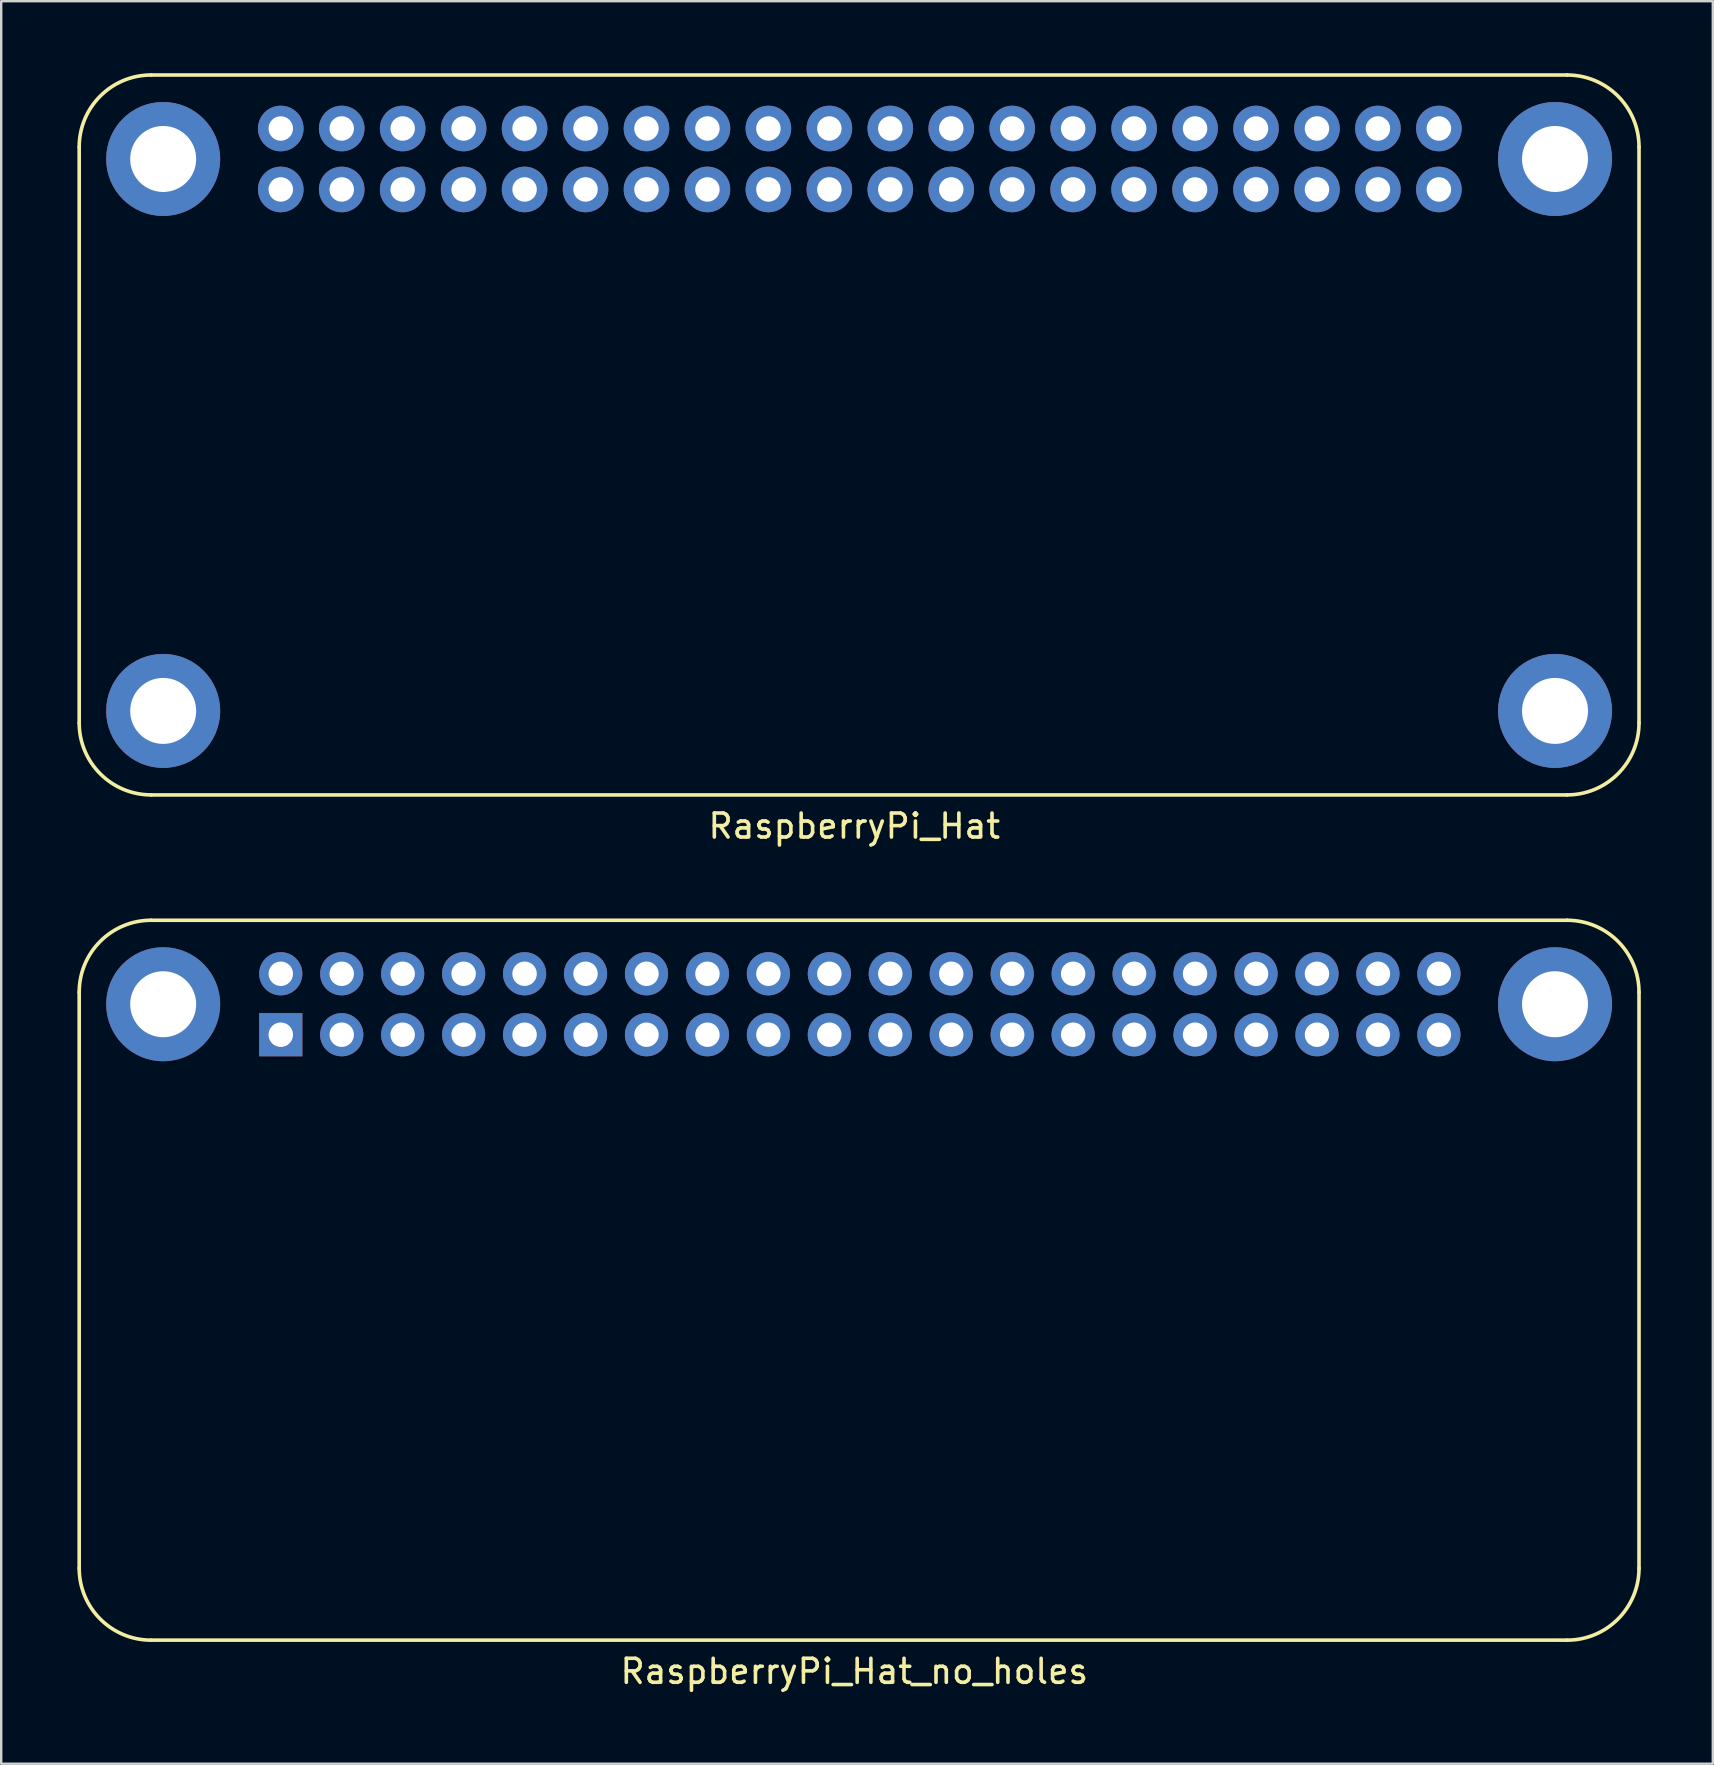
<source format=kicad_pcb>
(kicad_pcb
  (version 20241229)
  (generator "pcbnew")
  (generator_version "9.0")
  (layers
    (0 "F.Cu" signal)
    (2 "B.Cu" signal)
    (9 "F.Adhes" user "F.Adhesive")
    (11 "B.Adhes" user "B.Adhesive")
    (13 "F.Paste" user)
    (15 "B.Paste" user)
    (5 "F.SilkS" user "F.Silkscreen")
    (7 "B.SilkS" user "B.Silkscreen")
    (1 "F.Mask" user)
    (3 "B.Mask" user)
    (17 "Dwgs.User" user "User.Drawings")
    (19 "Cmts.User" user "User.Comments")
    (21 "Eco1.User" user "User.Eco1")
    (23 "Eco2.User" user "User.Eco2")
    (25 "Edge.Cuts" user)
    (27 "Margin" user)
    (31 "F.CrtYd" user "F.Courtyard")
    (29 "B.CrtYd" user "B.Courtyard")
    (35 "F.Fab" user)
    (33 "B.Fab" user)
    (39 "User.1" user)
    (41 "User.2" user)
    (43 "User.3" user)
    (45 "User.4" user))
  (footprint "RaspberryPi_Hat"
    (layer "F.Cu")
    (at 0.25 30.075)
    (property "Reference" "RaspberryPi_Hat" (at 32.3 1.3 0) (layer "F.SilkS") (effects (font (size 1 1) (thickness 0.15))))
    (attr through_hole)
    (fp_line (start 0 -27) (end 0 -3) (stroke (width 0.15) (type solid)) (layer "F.SilkS"))
    (fp_line (start 3 -30) (end 62 -30) (stroke (width 0.15) (type solid)) (layer "F.SilkS"))
    (fp_line (start 3 0) (end 62 0) (stroke (width 0.15) (type solid)) (layer "F.SilkS"))
    (fp_line (start 65 -3) (end 65 -27) (stroke (width 0.15) (type solid)) (layer "F.SilkS"))
    (fp_arc (start 0 -27) (mid 0.87868 -29.12132) (end 3 -30) (stroke (width 0.15) (type solid)) (layer "F.SilkS"))
    (fp_arc (start 3 0) (mid 0.87868 -0.87868) (end 0 -3) (stroke (width 0.15) (type solid)) (layer "F.SilkS"))
    (fp_arc (start 62 -30) (mid 64.12132 -29.12132) (end 65 -27) (stroke (width 0.15) (type solid)) (layer "F.SilkS"))
    (fp_arc (start 65 -3) (mid 64.12132 -0.87868) (end 62 0) (stroke (width 0.15) (type solid)) (layer "F.SilkS"))
    (pad "" np_thru_hole circle (at 3.5 -26.5) (size 4.75 4.75) (drill 2.75) (layers "*.Cu" "*.Mask"))
    (pad "" np_thru_hole circle (at 3.5 -3.5) (size 4.75 4.75) (drill 2.75) (layers "*.Cu" "*.Mask"))
    (pad "" np_thru_hole circle (at 61.5 -26.5) (size 4.75 4.75) (drill 2.75) (layers "*.Cu" "*.Mask"))
    (pad "" np_thru_hole circle (at 61.5 -3.5) (size 4.75 4.75) (drill 2.75) (layers "*.Cu" "*.Mask"))
    (pad "1" thru_hole circle (at 8.4 -25.23) (size 1.9 1.9) (drill 1.02) (layers "*.Cu" "*.Mask"))
    (pad "2" thru_hole circle (at 8.4 -27.77) (size 1.9 1.9) (drill 1.02) (layers "*.Cu" "*.Mask"))
    (pad "3" thru_hole circle (at 10.94 -25.23) (size 1.9 1.9) (drill 1.02) (layers "*.Cu" "*.Mask"))
    (pad "4" thru_hole circle (at 10.94 -27.77) (size 1.9 1.9) (drill 1.02) (layers "*.Cu" "*.Mask"))
    (pad "5" thru_hole circle (at 13.48 -25.23) (size 1.9 1.9) (drill 1.02) (layers "*.Cu" "*.Mask"))
    (pad "6" thru_hole circle (at 13.48 -27.77) (size 1.9 1.9) (drill 1.02) (layers "*.Cu" "*.Mask"))
    (pad "7" thru_hole circle (at 16.02 -25.23) (size 1.9 1.9) (drill 1.02) (layers "*.Cu" "*.Mask"))
    (pad "8" thru_hole circle (at 16.02 -27.77) (size 1.9 1.9) (drill 1.02) (layers "*.Cu" "*.Mask"))
    (pad "9" thru_hole circle (at 18.56 -25.23) (size 1.9 1.9) (drill 1.02) (layers "*.Cu" "*.Mask"))
    (pad "10" thru_hole circle (at 18.56 -27.77) (size 1.9 1.9) (drill 1.02) (layers "*.Cu" "*.Mask"))
    (pad "11" thru_hole circle (at 21.1 -25.23) (size 1.9 1.9) (drill 1.02) (layers "*.Cu" "*.Mask"))
    (pad "12" thru_hole circle (at 21.1 -27.77) (size 1.9 1.9) (drill 1.02) (layers "*.Cu" "*.Mask"))
    (pad "13" thru_hole circle (at 23.64 -25.23) (size 1.9 1.9) (drill 1.02) (layers "*.Cu" "*.Mask"))
    (pad "14" thru_hole circle (at 23.64 -27.77) (size 1.9 1.9) (drill 1.02) (layers "*.Cu" "*.Mask"))
    (pad "15" thru_hole circle (at 26.18 -25.23) (size 1.9 1.9) (drill 1.02) (layers "*.Cu" "*.Mask"))
    (pad "16" thru_hole circle (at 26.18 -27.77) (size 1.9 1.9) (drill 1.02) (layers "*.Cu" "*.Mask"))
    (pad "17" thru_hole circle (at 28.72 -25.23) (size 1.9 1.9) (drill 1.02) (layers "*.Cu" "*.Mask"))
    (pad "18" thru_hole circle (at 28.72 -27.77) (size 1.9 1.9) (drill 1.02) (layers "*.Cu" "*.Mask"))
    (pad "19" thru_hole circle (at 31.26 -25.23) (size 1.9 1.9) (drill 1.02) (layers "*.Cu" "*.Mask"))
    (pad "20" thru_hole circle (at 31.26 -27.77) (size 1.9 1.9) (drill 1.02) (layers "*.Cu" "*.Mask"))
    (pad "21" thru_hole circle (at 33.8 -25.23) (size 1.9 1.9) (drill 1.02) (layers "*.Cu" "*.Mask"))
    (pad "22" thru_hole circle (at 33.8 -27.77) (size 1.9 1.9) (drill 1.02) (layers "*.Cu" "*.Mask"))
    (pad "23" thru_hole circle (at 36.34 -25.23) (size 1.9 1.9) (drill 1.02) (layers "*.Cu" "*.Mask"))
    (pad "24" thru_hole circle (at 36.34 -27.77) (size 1.9 1.9) (drill 1.02) (layers "*.Cu" "*.Mask"))
    (pad "25" thru_hole circle (at 38.88 -25.23) (size 1.9 1.9) (drill 1.02) (layers "*.Cu" "*.Mask"))
    (pad "26" thru_hole circle (at 38.88 -27.77) (size 1.9 1.9) (drill 1.02) (layers "*.Cu" "*.Mask"))
    (pad "27" thru_hole circle (at 41.42 -25.23) (size 1.9 1.9) (drill 1.02) (layers "*.Cu" "*.Mask"))
    (pad "28" thru_hole circle (at 41.42 -27.77) (size 1.9 1.9) (drill 1.02) (layers "*.Cu" "*.Mask"))
    (pad "29" thru_hole circle (at 43.96 -25.23) (size 1.9 1.9) (drill 1.02) (layers "*.Cu" "*.Mask"))
    (pad "30" thru_hole circle (at 43.96 -27.77) (size 1.9 1.9) (drill 1.02) (layers "*.Cu" "*.Mask"))
    (pad "31" thru_hole circle (at 46.5 -25.23) (size 1.9 1.9) (drill 1.02) (layers "*.Cu" "*.Mask"))
    (pad "32" thru_hole circle (at 46.5 -27.77) (size 1.9 1.9) (drill 1.02) (layers "*.Cu" "*.Mask"))
    (pad "33" thru_hole circle (at 49.04 -25.23) (size 1.9 1.9) (drill 1.02) (layers "*.Cu" "*.Mask"))
    (pad "34" thru_hole circle (at 49.04 -27.77) (size 1.9 1.9) (drill 1.02) (layers "*.Cu" "*.Mask"))
    (pad "35" thru_hole circle (at 51.58 -25.23) (size 1.9 1.9) (drill 1.02) (layers "*.Cu" "*.Mask"))
    (pad "36" thru_hole circle (at 51.58 -27.77) (size 1.9 1.9) (drill 1.02) (layers "*.Cu" "*.Mask"))
    (pad "37" thru_hole circle (at 54.12 -25.23) (size 1.9 1.9) (drill 1.02) (layers "*.Cu" "*.Mask"))
    (pad "38" thru_hole circle (at 54.12 -27.77) (size 1.9 1.9) (drill 1.02) (layers "*.Cu" "*.Mask"))
    (pad "39" thru_hole circle (at 56.66 -25.23) (size 1.9 1.9) (drill 1.02) (layers "*.Cu" "*.Mask"))
    (pad "40" thru_hole circle (at 56.66 -27.77) (size 1.9 1.9) (drill 1.02) (layers "*.Cu" "*.Mask")))
  (footprint "RaspberryPi_Hat_no_holes"
    (layer "F.Cu")
    (at 0.25 65.298)
    (property "Reference" "RaspberryPi_Hat_no_holes" (at 32.3 1.3 0) (layer "F.SilkS") (effects (font (size 1 1) (thickness 0.15))))
    (attr through_hole)
    (fp_line (start 0 -27) (end 0 -3) (stroke (width 0.15) (type solid)) (layer "F.SilkS"))
    (fp_line (start 3 -30) (end 62 -30) (stroke (width 0.15) (type solid)) (layer "F.SilkS"))
    (fp_line (start 3 0) (end 62 0) (stroke (width 0.15) (type solid)) (layer "F.SilkS"))
    (fp_line (start 65 -3) (end 65 -27) (stroke (width 0.15) (type solid)) (layer "F.SilkS"))
    (fp_arc (start 0 -27) (mid 0.87868 -29.12132) (end 3 -30) (stroke (width 0.15) (type solid)) (layer "F.SilkS"))
    (fp_arc (start 3 0) (mid 0.87868 -0.87868) (end 0 -3) (stroke (width 0.15) (type solid)) (layer "F.SilkS"))
    (fp_arc (start 62 -30) (mid 64.12132 -29.12132) (end 65 -27) (stroke (width 0.15) (type solid)) (layer "F.SilkS"))
    (fp_arc (start 65 -3) (mid 64.12132 -0.87868) (end 62 0) (stroke (width 0.15) (type solid)) (layer "F.SilkS"))
    (pad "" np_thru_hole circle (at 3.5 -26.5) (size 4.75 4.75) (drill 2.75) (layers "*.Cu" "*.Mask"))
    (pad "" np_thru_hole circle (at 61.5 -26.5) (size 4.75 4.75) (drill 2.75) (layers "*.Cu" "*.Mask"))
    (pad "1" thru_hole rect (at 8.4 -25.23) (size 1.8 1.8) (drill 1.02) (layers "*.Cu" "*.Mask"))
    (pad "2" thru_hole circle (at 8.4 -27.77) (size 1.8 1.8) (drill 1.02) (layers "*.Cu" "*.Mask"))
    (pad "3" thru_hole circle (at 10.94 -25.23) (size 1.8 1.8) (drill 1.02) (layers "*.Cu" "*.Mask"))
    (pad "4" thru_hole circle (at 10.94 -27.77) (size 1.8 1.8) (drill 1.02) (layers "*.Cu" "*.Mask"))
    (pad "5" thru_hole circle (at 13.48 -25.23) (size 1.8 1.8) (drill 1.02) (layers "*.Cu" "*.Mask"))
    (pad "6" thru_hole circle (at 13.48 -27.77) (size 1.8 1.8) (drill 1.02) (layers "*.Cu" "*.Mask"))
    (pad "7" thru_hole circle (at 16.02 -25.23) (size 1.8 1.8) (drill 1.02) (layers "*.Cu" "*.Mask"))
    (pad "8" thru_hole circle (at 16.02 -27.77) (size 1.8 1.8) (drill 1.02) (layers "*.Cu" "*.Mask"))
    (pad "9" thru_hole circle (at 18.56 -25.23) (size 1.8 1.8) (drill 1.02) (layers "*.Cu" "*.Mask"))
    (pad "10" thru_hole circle (at 18.56 -27.77) (size 1.8 1.8) (drill 1.02) (layers "*.Cu" "*.Mask"))
    (pad "11" thru_hole circle (at 21.1 -25.23) (size 1.8 1.8) (drill 1.02) (layers "*.Cu" "*.Mask"))
    (pad "12" thru_hole circle (at 21.1 -27.77) (size 1.8 1.8) (drill 1.02) (layers "*.Cu" "*.Mask"))
    (pad "13" thru_hole circle (at 23.64 -25.23) (size 1.8 1.8) (drill 1.02) (layers "*.Cu" "*.Mask"))
    (pad "14" thru_hole circle (at 23.64 -27.77) (size 1.8 1.8) (drill 1.02) (layers "*.Cu" "*.Mask"))
    (pad "15" thru_hole circle (at 26.18 -25.23) (size 1.8 1.8) (drill 1.02) (layers "*.Cu" "*.Mask"))
    (pad "16" thru_hole circle (at 26.18 -27.77) (size 1.8 1.8) (drill 1.02) (layers "*.Cu" "*.Mask"))
    (pad "17" thru_hole circle (at 28.72 -25.23) (size 1.8 1.8) (drill 1.02) (layers "*.Cu" "*.Mask"))
    (pad "18" thru_hole circle (at 28.72 -27.77) (size 1.8 1.8) (drill 1.02) (layers "*.Cu" "*.Mask"))
    (pad "19" thru_hole circle (at 31.26 -25.23) (size 1.8 1.8) (drill 1.02) (layers "*.Cu" "*.Mask"))
    (pad "20" thru_hole circle (at 31.26 -27.77) (size 1.8 1.8) (drill 1.02) (layers "*.Cu" "*.Mask"))
    (pad "21" thru_hole circle (at 33.8 -25.23) (size 1.8 1.8) (drill 1.02) (layers "*.Cu" "*.Mask"))
    (pad "22" thru_hole circle (at 33.8 -27.77) (size 1.8 1.8) (drill 1.02) (layers "*.Cu" "*.Mask"))
    (pad "23" thru_hole circle (at 36.34 -25.23) (size 1.8 1.8) (drill 1.02) (layers "*.Cu" "*.Mask"))
    (pad "24" thru_hole circle (at 36.34 -27.77) (size 1.8 1.8) (drill 1.02) (layers "*.Cu" "*.Mask"))
    (pad "25" thru_hole circle (at 38.88 -25.23) (size 1.8 1.8) (drill 1.02) (layers "*.Cu" "*.Mask"))
    (pad "26" thru_hole circle (at 38.88 -27.77) (size 1.8 1.8) (drill 1.02) (layers "*.Cu" "*.Mask"))
    (pad "27" thru_hole circle (at 41.42 -25.23) (size 1.8 1.8) (drill 1.02) (layers "*.Cu" "*.Mask"))
    (pad "28" thru_hole circle (at 41.42 -27.77) (size 1.8 1.8) (drill 1.02) (layers "*.Cu" "*.Mask"))
    (pad "29" thru_hole circle (at 43.96 -25.23) (size 1.8 1.8) (drill 1.02) (layers "*.Cu" "*.Mask"))
    (pad "30" thru_hole circle (at 43.96 -27.77) (size 1.8 1.8) (drill 1.02) (layers "*.Cu" "*.Mask"))
    (pad "31" thru_hole circle (at 46.5 -25.23) (size 1.8 1.8) (drill 1.02) (layers "*.Cu" "*.Mask"))
    (pad "32" thru_hole circle (at 46.5 -27.77) (size 1.8 1.8) (drill 1.02) (layers "*.Cu" "*.Mask"))
    (pad "33" thru_hole circle (at 49.04 -25.23) (size 1.8 1.8) (drill 1.02) (layers "*.Cu" "*.Mask"))
    (pad "34" thru_hole circle (at 49.04 -27.77) (size 1.8 1.8) (drill 1.02) (layers "*.Cu" "*.Mask"))
    (pad "35" thru_hole circle (at 51.58 -25.23) (size 1.8 1.8) (drill 1.02) (layers "*.Cu" "*.Mask"))
    (pad "36" thru_hole circle (at 51.58 -27.77) (size 1.8 1.8) (drill 1.02) (layers "*.Cu" "*.Mask"))
    (pad "37" thru_hole circle (at 54.12 -25.23) (size 1.8 1.8) (drill 1.02) (layers "*.Cu" "*.Mask"))
    (pad "38" thru_hole circle (at 54.12 -27.77) (size 1.8 1.8) (drill 1.02) (layers "*.Cu" "*.Mask"))
    (pad "39" thru_hole circle (at 56.66 -25.23) (size 1.8 1.8) (drill 1.02) (layers "*.Cu" "*.Mask"))
    (pad "40" thru_hole circle (at 56.66 -27.77) (size 1.8 1.8) (drill 1.02) (layers "*.Cu" "*.Mask")))
  (gr_rect
    (start -3 -3)
    (end 68.325 70.447)
    (stroke (width 0.1) (type default))
    (fill no)
    (layer "Edge.Cuts")))
</source>
